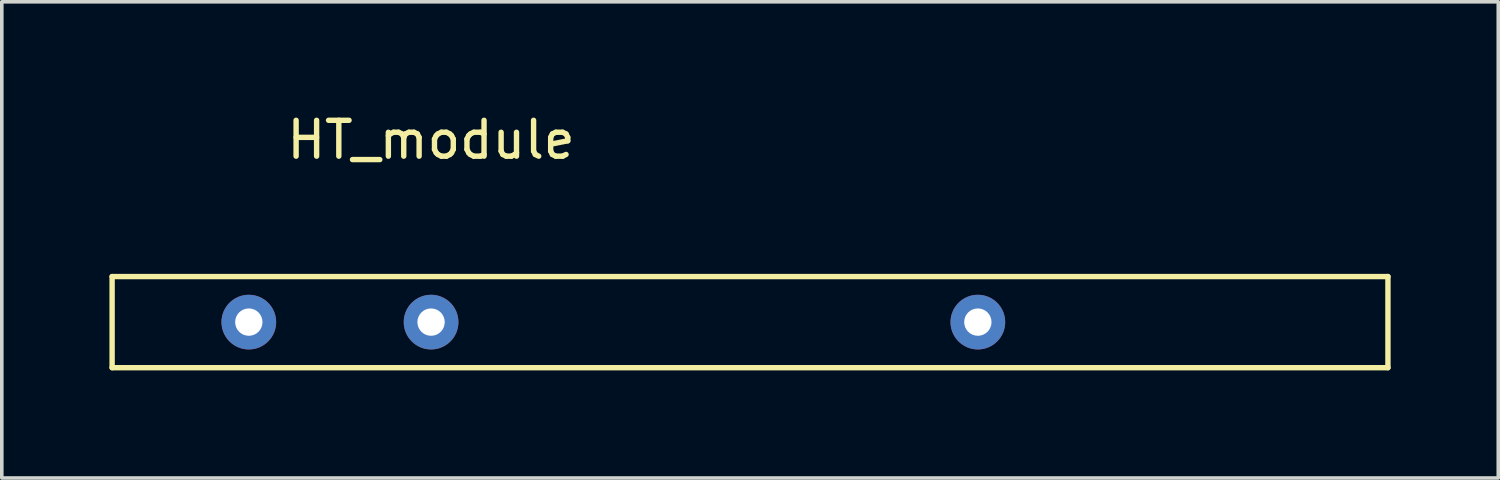
<source format=kicad_pcb>
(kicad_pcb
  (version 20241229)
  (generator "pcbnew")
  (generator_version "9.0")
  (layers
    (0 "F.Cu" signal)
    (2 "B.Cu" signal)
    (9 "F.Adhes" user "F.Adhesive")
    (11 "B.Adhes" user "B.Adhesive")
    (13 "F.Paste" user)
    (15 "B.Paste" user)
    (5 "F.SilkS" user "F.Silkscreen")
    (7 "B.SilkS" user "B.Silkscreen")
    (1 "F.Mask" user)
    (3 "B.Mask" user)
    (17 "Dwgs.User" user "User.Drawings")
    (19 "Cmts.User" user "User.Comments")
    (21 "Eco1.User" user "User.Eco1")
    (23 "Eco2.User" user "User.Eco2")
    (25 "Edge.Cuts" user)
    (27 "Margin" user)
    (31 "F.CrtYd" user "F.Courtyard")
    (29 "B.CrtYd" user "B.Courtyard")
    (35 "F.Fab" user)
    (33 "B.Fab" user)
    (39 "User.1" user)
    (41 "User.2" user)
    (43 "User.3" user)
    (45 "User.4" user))
  (footprint "HT_module"
    (layer "F.Cu")
    (at 8.965 2.118)
    (property "Reference" "HT_module" (at 0 -1.27 0) (layer "F.SilkS") (effects (font (size 1 1) (thickness 0.15))))
    (attr through_hole)
    (fp_line (start -8.89 2.54) (end -8.89 5.08) (stroke (width 0.15) (type solid)) (layer "F.SilkS"))
    (fp_line (start -8.89 5.08) (end 26.67 5.08) (stroke (width 0.15) (type solid)) (layer "F.SilkS"))
    (fp_line (start 26.67 2.54) (end -8.89 2.54) (stroke (width 0.15) (type solid)) (layer "F.SilkS"))
    (fp_line (start 26.67 5.08) (end 26.67 2.54) (stroke (width 0.15) (type solid)) (layer "F.SilkS"))
    (pad "1" thru_hole circle (at 0 3.81) (size 1.524 1.524) (drill 0.762) (layers "*.Cu" "*.Mask"))
    (pad "2" thru_hole circle (at 15.24 3.81) (size 1.524 1.524) (drill 0.762) (layers "*.Cu" "*.Mask"))
    (pad "3" thru_hole circle (at -5.08 3.81) (size 1.524 1.524) (drill 0.762) (layers "*.Cu" "*.Mask")))
  (gr_rect
    (start -3 -3)
    (end 38.71 10.273)
    (stroke (width 0.1) (type default))
    (fill no)
    (layer "Edge.Cuts")))
</source>
